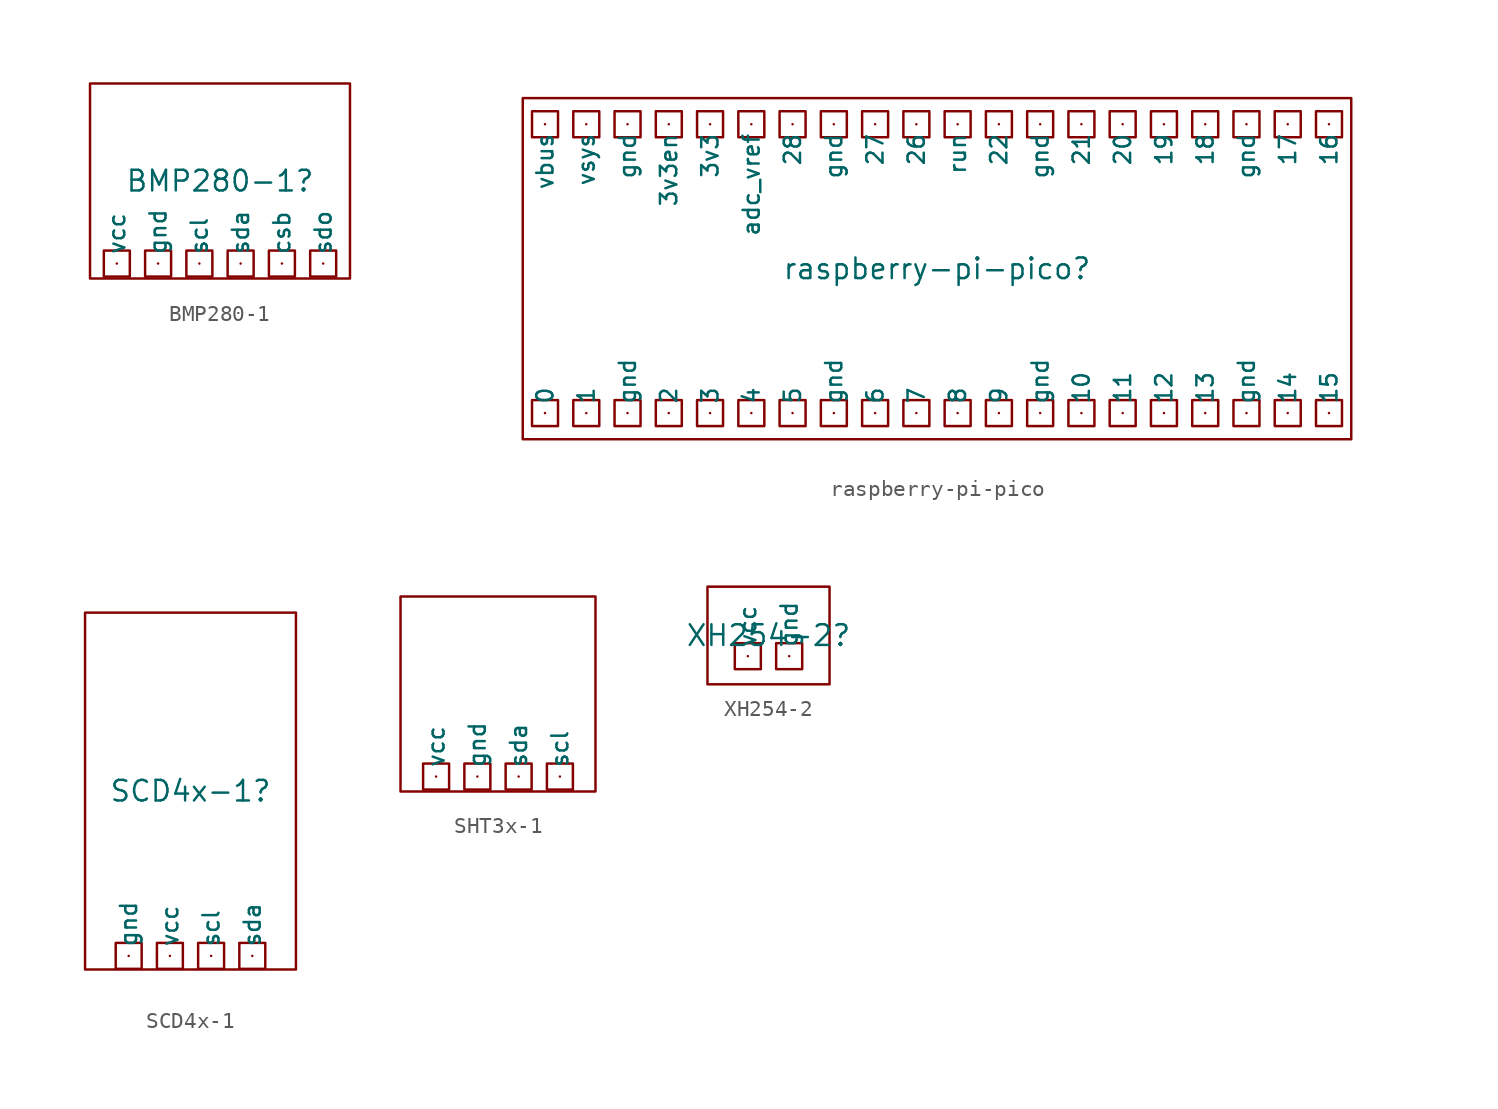
<source format=kicad_sym>
(kicad_symbol_lib
  (version 20241209)
  (generator "kicad_symbol_editor")
  (generator_version "9.0")
  (symbol "BMP280-1"
    (property "Reference" "BMP280-1"
      (at 0 0 0)
      (effects (font (size 1.27 1.27))))
    (property "Value" ""
      (at 0 0 0)
      (effects (font (size 1.27 1.27))))
    (symbol "BMP280-1_0_1"
      (rectangle (start -8 6) (end 8 -6) (stroke (width 0) (type default)) (fill (type none)))
      (rectangle (start -7.15 -4.28) (end -5.55 -5.88) (stroke (width 0) (type default)) (fill (type none)))
      (rectangle (start -4.61 -4.28) (end -3.01 -5.88) (stroke (width 0) (type default)) (fill (type none)))
      (rectangle (start -2.07 -4.28) (end -0.47 -5.88) (stroke (width 0) (type default)) (fill (type none)))
      (rectangle (start 0.47 -4.28) (end 2.07 -5.88) (stroke (width 0) (type default)) (fill (type none)))
      (rectangle (start 3.01 -4.28) (end 4.61 -5.88) (stroke (width 0) (type default)) (fill (type none)))
      (rectangle (start 5.55 -4.28) (end 7.15 -5.88) (stroke (width 0) (type default)) (fill (type none))))
    (symbol "BMP280-1_1_1"
      (pin power_in line (at -6.35 -5.08 90) (length 0) (name "vcc" (effects (font (size 1 1)))) (number "vcc" (effects (font (size 0 0)))))
      (pin power_in line (at -3.81 -5.08 90) (length 0) (name "gnd" (effects (font (size 1 1)))) (number "" (effects (font (size 0 0)))))
      (pin bidirectional line (at -1.27 -5.08 90) (length 0) (name "scl" (effects (font (size 1 1)))) (number "" (effects (font (size 0 0)))))
      (pin bidirectional line (at 1.27 -5.08 90) (length 0) (name "sda" (effects (font (size 1 1)))) (number "" (effects (font (size 0 0)))))
      (pin bidirectional line (at 3.81 -5.08 90) (length 0) (name "csb" (effects (font (size 1 1)))) (number "" (effects (font (size 0 0)))))
      (pin bidirectional line (at 6.35 -5.08 90) (length 0) (name "sdo" (effects (font (size 1 1)))) (number "" (effects (font (size 0 0)))))))
  (symbol "raspberry-pi-pico"
    (property "Reference" "raspberry-pi-pico"
      (at 0 0 0)
      (effects (font (size 1.27 1.27))))
    (property "Value" ""
      (at 0 0 0)
      (effects (font (size 1.27 1.27))))
    (symbol "raspberry-pi-pico_0_1"
      (rectangle (start -25.5 10.5) (end 25.5 -10.5) (stroke (width 0) (type default)) (fill (type none)))
      (rectangle (start -24.93 9.69) (end -23.33 8.09) (stroke (width 0) (type default)) (fill (type none)))
      (rectangle (start -24.93 -8.09) (end -23.33 -9.69) (stroke (width 0) (type default)) (fill (type none)))
      (rectangle (start -22.39 9.69) (end -20.79 8.09) (stroke (width 0) (type default)) (fill (type none)))
      (rectangle (start -22.39 -8.09) (end -20.79 -9.69) (stroke (width 0) (type default)) (fill (type none)))
      (rectangle (start -19.85 9.69) (end -18.25 8.09) (stroke (width 0) (type default)) (fill (type none)))
      (rectangle (start -19.85 -8.09) (end -18.25 -9.69) (stroke (width 0) (type default)) (fill (type none)))
      (rectangle (start -17.31 9.69) (end -15.71 8.09) (stroke (width 0) (type default)) (fill (type none)))
      (rectangle (start -17.31 -8.09) (end -15.71 -9.69) (stroke (width 0) (type default)) (fill (type none)))
      (rectangle (start -14.77 9.69) (end -13.17 8.09) (stroke (width 0) (type default)) (fill (type none)))
      (rectangle (start -14.77 -8.09) (end -13.17 -9.69) (stroke (width 0) (type default)) (fill (type none)))
      (rectangle (start -12.23 9.69) (end -10.63 8.09) (stroke (width 0) (type default)) (fill (type none)))
      (rectangle (start -12.23 -8.09) (end -10.63 -9.69) (stroke (width 0) (type default)) (fill (type none)))
      (rectangle (start -9.69 9.69) (end -8.09 8.09) (stroke (width 0) (type default)) (fill (type none)))
      (rectangle (start -9.69 -8.09) (end -8.09 -9.69) (stroke (width 0) (type default)) (fill (type none)))
      (rectangle (start -7.15 9.69) (end -5.55 8.09) (stroke (width 0) (type default)) (fill (type none)))
      (rectangle (start -7.15 -8.09) (end -5.55 -9.69) (stroke (width 0) (type default)) (fill (type none)))
      (rectangle (start -4.61 9.69) (end -3.01 8.09) (stroke (width 0) (type default)) (fill (type none)))
      (rectangle (start -4.61 -8.09) (end -3.01 -9.69) (stroke (width 0) (type default)) (fill (type none)))
      (rectangle (start -2.07 9.69) (end -0.47 8.09) (stroke (width 0) (type default)) (fill (type none)))
      (rectangle (start -2.07 -8.09) (end -0.47 -9.69) (stroke (width 0) (type default)) (fill (type none)))
      (rectangle (start 0.47 9.69) (end 2.07 8.09) (stroke (width 0) (type default)) (fill (type none)))
      (rectangle (start 0.47 -8.09) (end 2.07 -9.69) (stroke (width 0) (type default)) (fill (type none)))
      (rectangle (start 3.01 9.69) (end 4.61 8.09) (stroke (width 0) (type default)) (fill (type none)))
      (rectangle (start 3.01 -8.09) (end 4.61 -9.69) (stroke (width 0) (type default)) (fill (type none)))
      (rectangle (start 5.55 9.69) (end 7.15 8.09) (stroke (width 0) (type default)) (fill (type none)))
      (rectangle (start 5.55 -8.09) (end 7.15 -9.69) (stroke (width 0) (type default)) (fill (type none)))
      (rectangle (start 8.09 9.69) (end 9.69 8.09) (stroke (width 0) (type default)) (fill (type none)))
      (rectangle (start 8.09 -8.09) (end 9.69 -9.69) (stroke (width 0) (type default)) (fill (type none)))
      (rectangle (start 10.63 9.69) (end 12.23 8.09) (stroke (width 0) (type default)) (fill (type none)))
      (rectangle (start 10.63 -8.09) (end 12.23 -9.69) (stroke (width 0) (type default)) (fill (type none)))
      (rectangle (start 13.17 9.69) (end 14.77 8.09) (stroke (width 0) (type default)) (fill (type none)))
      (rectangle (start 13.17 -8.09) (end 14.77 -9.69) (stroke (width 0) (type default)) (fill (type none)))
      (rectangle (start 15.71 9.69) (end 17.31 8.09) (stroke (width 0) (type default)) (fill (type none)))
      (rectangle (start 15.71 -8.09) (end 17.31 -9.69) (stroke (width 0) (type default)) (fill (type none)))
      (rectangle (start 18.25 9.69) (end 19.85 8.09) (stroke (width 0) (type default)) (fill (type none)))
      (rectangle (start 18.25 -8.09) (end 19.85 -9.69) (stroke (width 0) (type default)) (fill (type none)))
      (rectangle (start 20.79 9.69) (end 22.39 8.09) (stroke (width 0) (type default)) (fill (type none)))
      (rectangle (start 20.79 -8.09) (end 22.39 -9.69) (stroke (width 0) (type default)) (fill (type none)))
      (rectangle (start 23.33 9.69) (end 24.93 8.09) (stroke (width 0) (type default)) (fill (type none)))
      (rectangle (start 23.33 -8.09) (end 24.93 -9.69) (stroke (width 0) (type default)) (fill (type none))))
    (symbol "raspberry-pi-pico_1_1"
      (pin power_out line (at -24.13 8.89 270) (length 0) (name "vbus" (effects (font (size 1 1)))) (number "vcc" (effects (font (size 0 0)))))
      (pin power_in line (at -24.13 -8.89 90) (length 0) (name "0" (effects (font (size 1 1)))) (number "vcc" (effects (font (size 0 0)))))
      (pin power_in line (at -21.59 8.89 270) (length 0) (name "vsys" (effects (font (size 1 1)))) (number "" (effects (font (size 0 0)))))
      (pin power_in line (at -21.59 -8.89 90) (length 0) (name "1" (effects (font (size 1 1)))) (number "" (effects (font (size 0 0)))))
      (pin power_in line (at -19.05 8.89 270) (length 0) (name "gnd" (effects (font (size 1 1)))) (number "" (effects (font (size 0 0)))))
      (pin bidirectional line (at -19.05 -8.89 90) (length 0) (name "gnd" (effects (font (size 1 1)))) (number "" (effects (font (size 0 0)))))
      (pin bidirectional line (at -16.51 8.89 270) (length 0) (name "3v3en" (effects (font (size 1 1)))) (number "" (effects (font (size 0 0)))))
      (pin bidirectional line (at -16.51 -8.89 90) (length 0) (name "2" (effects (font (size 1 1)))) (number "" (effects (font (size 0 0)))))
      (pin power_in line (at -13.97 8.89 270) (length 0) (name "3v3" (effects (font (size 1 1)))) (number "vcc" (effects (font (size 0 0)))))
      (pin bidirectional line (at -13.97 -8.89 90) (length 0) (name "3" (effects (font (size 1 1)))) (number "" (effects (font (size 0 0)))))
      (pin power_in line (at -11.43 8.89 270) (length 0) (name "adc_vref" (effects (font (size 1 1)))) (number "" (effects (font (size 0 0)))))
      (pin bidirectional line (at -11.43 -8.89 90) (length 0) (name "4" (effects (font (size 1 1)))) (number "" (effects (font (size 0 0)))))
      (pin bidirectional line (at -8.89 8.89 270) (length 0) (name "28" (effects (font (size 1 1)))) (number "" (effects (font (size 0 0)))))
      (pin power_in line (at -8.89 -8.89 90) (length 0) (name "5" (effects (font (size 1 1)))) (number "vcc" (effects (font (size 0 0)))))
      (pin bidirectional line (at -6.35 8.89 270) (length 0) (name "gnd" (effects (font (size 1 1)))) (number "" (effects (font (size 0 0)))))
      (pin power_in line (at -6.35 -8.89 90) (length 0) (name "gnd" (effects (font (size 1 1)))) (number "" (effects (font (size 0 0)))))
      (pin power_in line (at -3.81 8.89 270) (length 0) (name "27" (effects (font (size 1 1)))) (number "vcc" (effects (font (size 0 0)))))
      (pin bidirectional line (at -3.81 -8.89 90) (length 0) (name "6" (effects (font (size 1 1)))) (number "" (effects (font (size 0 0)))))
      (pin power_in line (at -1.27 8.89 270) (length 0) (name "26" (effects (font (size 1 1)))) (number "" (effects (font (size 0 0)))))
      (pin bidirectional line (at -1.27 -8.89 90) (length 0) (name "7" (effects (font (size 1 1)))) (number "" (effects (font (size 0 0)))))
      (pin bidirectional line (at 1.27 8.89 270) (length 0) (name "run" (effects (font (size 1 1)))) (number "" (effects (font (size 0 0)))))
      (pin bidirectional line (at 1.27 -8.89 90) (length 0) (name "8" (effects (font (size 1 1)))) (number "" (effects (font (size 0 0)))))
      (pin bidirectional line (at 3.81 8.89 270) (length 0) (name "22" (effects (font (size 1 1)))) (number "" (effects (font (size 0 0)))))
      (pin bidirectional line (at 3.81 -8.89 90) (length 0) (name "9" (effects (font (size 1 1)))) (number "" (effects (font (size 0 0)))))
      (pin power_in line (at 6.35 8.89 270) (length 0) (name "gnd" (effects (font (size 1 1)))) (number "vcc" (effects (font (size 0 0)))))
      (pin power_in line (at 6.35 -8.89 90) (length 0) (name "gnd" (effects (font (size 1 1)))) (number "vcc" (effects (font (size 0 0)))))
      (pin power_in line (at 8.89 8.89 270) (length 0) (name "21" (effects (font (size 1 1)))) (number "" (effects (font (size 0 0)))))
      (pin power_in line (at 8.89 -8.89 90) (length 0) (name "10" (effects (font (size 1 1)))) (number "" (effects (font (size 0 0)))))
      (pin bidirectional line (at 11.43 8.89 270) (length 0) (name "20" (effects (font (size 1 1)))) (number "" (effects (font (size 0 0)))))
      (pin bidirectional line (at 11.43 -8.89 90) (length 0) (name "11" (effects (font (size 1 1)))) (number "" (effects (font (size 0 0)))))
      (pin bidirectional line (at 13.97 8.89 270) (length 0) (name "19" (effects (font (size 1 1)))) (number "" (effects (font (size 0 0)))))
      (pin bidirectional line (at 13.97 -8.89 90) (length 0) (name "12" (effects (font (size 1 1)))) (number "" (effects (font (size 0 0)))))
      (pin power_in line (at 16.51 8.89 270) (length 0) (name "18" (effects (font (size 1 1)))) (number "vcc" (effects (font (size 0 0)))))
      (pin bidirectional line (at 16.51 -8.89 90) (length 0) (name "13" (effects (font (size 1 1)))) (number "" (effects (font (size 0 0)))))
      (pin power_in line (at 19.05 8.89 270) (length 0) (name "gnd" (effects (font (size 1 1)))) (number "" (effects (font (size 0 0)))))
      (pin bidirectional line (at 19.05 -8.89 90) (length 0) (name "gnd" (effects (font (size 1 1)))) (number "" (effects (font (size 0 0)))))
      (pin bidirectional line (at 21.59 8.89 270) (length 0) (name "17" (effects (font (size 1 1)))) (number "" (effects (font (size 0 0)))))
      (pin bidirectional line (at 21.59 -8.89 90) (length 0) (name "14" (effects (font (size 1 1)))) (number "" (effects (font (size 0 0)))))
      (pin bidirectional line (at 24.13 8.89 270) (length 0) (name "16" (effects (font (size 1 1)))) (number "" (effects (font (size 0 0)))))
      (pin bidirectional line (at 24.13 -8.89 90) (length 0) (name "15" (effects (font (size 1 1)))) (number "" (effects (font (size 0 0)))))))
  (symbol "SCD4x-1"
    (property "Reference" "SCD4x-1"
      (at 0 0 0)
      (effects (font (size 1.27 1.27))))
    (property "Value" ""
      (at 0 0 0)
      (effects (font (size 1.27 1.27))))
    (symbol "SCD4x-1_0_1"
      (rectangle (start -6.5 11) (end 6.5 -11) (stroke (width 0) (type default)) (fill (type none)))
      (rectangle (start -4.61 -9.36) (end -3.01 -10.96) (stroke (width 0) (type default)) (fill (type none)))
      (rectangle (start -2.07 -9.36) (end -0.47 -10.96) (stroke (width 0) (type default)) (fill (type none)))
      (rectangle (start 0.47 -9.36) (end 2.07 -10.96) (stroke (width 0) (type default)) (fill (type none)))
      (rectangle (start 3.01 -9.36) (end 4.61 -10.96) (stroke (width 0) (type default)) (fill (type none))))
    (symbol "SCD4x-1_1_1"
      (pin power_in line (at -3.81 -10.16 90) (length 0) (name "gnd" (effects (font (size 1 1)))) (number "" (effects (font (size 0 0)))))
      (pin power_in line (at -1.27 -10.16 90) (length 0) (name "vcc" (effects (font (size 1 1)))) (number "vcc" (effects (font (size 0 0)))))
      (pin bidirectional line (at 1.27 -10.16 90) (length 0) (name "scl" (effects (font (size 1 1)))) (number "" (effects (font (size 0 0)))))
      (pin bidirectional line (at 3.81 -10.16 90) (length 0) (name "sda" (effects (font (size 1 1)))) (number "" (effects (font (size 0 0)))))))
  (symbol "SHT3x-1"
    (property "Reference" "GY_SHT3"
      (at 0 0 0)
      (effects (font (size 1.27 1.27)) (hide yes)))
    (property "Value" ""
      (at 0 0 0)
      (effects (font (size 1.27 1.27))))
    (symbol "SHT3x-1_0_1"
      (rectangle (start -6 6) (end 6 -6) (stroke (width 0) (type default)) (fill (type none)))
      (rectangle (start -4.61 -4.28) (end -3.01 -5.88) (stroke (width 0) (type default)) (fill (type none)))
      (rectangle (start -2.07 -4.28) (end -0.47 -5.88) (stroke (width 0) (type default)) (fill (type none)))
      (rectangle (start 0.47 -4.28) (end 2.07 -5.88) (stroke (width 0) (type default)) (fill (type none)))
      (rectangle (start 3.01 -4.28) (end 4.61 -5.88) (stroke (width 0) (type default)) (fill (type none))))
    (symbol "SHT3x-1_1_1"
      (pin power_in line (at -3.81 -5.08 90) (length 0) (name "vcc" (effects (font (size 1 1)))) (number "vcc" (effects (font (size 0 0)))))
      (pin power_in line (at -1.27 -5.08 90) (length 0) (name "gnd" (effects (font (size 1 1)))) (number "" (effects (font (size 0 0)))))
      (pin bidirectional line (at 1.27 -5.08 90) (length 0) (name "sda" (effects (font (size 1 1)))) (number "" (effects (font (size 0 0)))))
      (pin bidirectional line (at 3.81 -5.08 90) (length 0) (name "scl" (effects (font (size 1 1)))) (number "" (effects (font (size 0 0)))))))
  (symbol "XH254-2"
    (property "Reference" "XH254-2"
      (at 0 0 0)
      (effects (font (size 1.27 1.27))))
    (property "Value" ""
      (at 0 0 0)
      (effects (font (size 1.27 1.27))))
    (symbol "XH254-2_0_1"
      (rectangle (start -3.75 3) (end 3.75 -3) (stroke (width 0) (type default)) (fill (type none)))
      (rectangle (start -2.07 -0.47) (end -0.47 -2.07) (stroke (width 0) (type default)) (fill (type none)))
      (rectangle (start 0.47 -0.47) (end 2.07 -2.07) (stroke (width 0) (type default)) (fill (type none))))
    (symbol "XH254-2_1_1"
      (pin power_in line (at -1.27 -1.27 90) (length 0) (name "vcc" (effects (font (size 1 1)))) (number "vcc" (effects (font (size 0 0)))))
      (pin power_in line (at 1.27 -1.27 90) (length 0) (name "gnd" (effects (font (size 1 1)))) (number "" (effects (font (size 0 0))))))))
</source>
